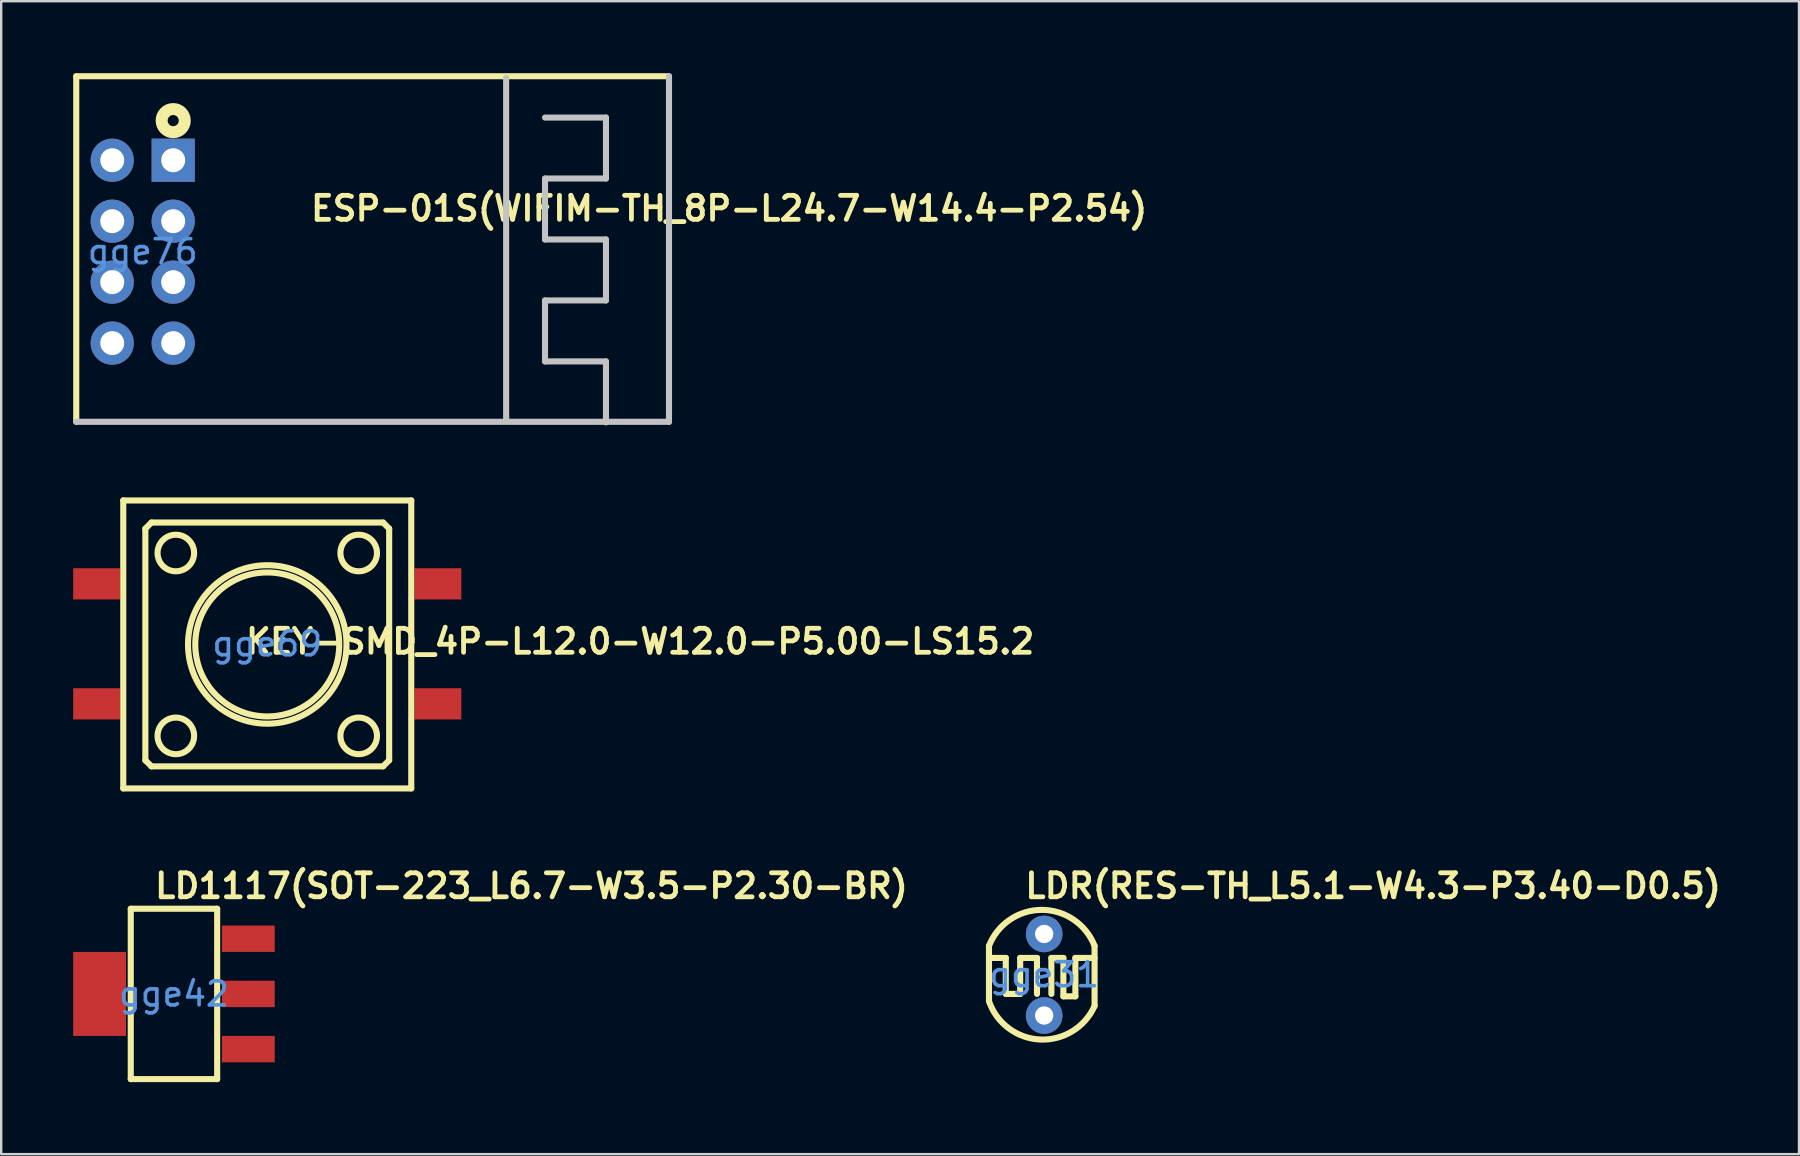
<source format=kicad_pcb>
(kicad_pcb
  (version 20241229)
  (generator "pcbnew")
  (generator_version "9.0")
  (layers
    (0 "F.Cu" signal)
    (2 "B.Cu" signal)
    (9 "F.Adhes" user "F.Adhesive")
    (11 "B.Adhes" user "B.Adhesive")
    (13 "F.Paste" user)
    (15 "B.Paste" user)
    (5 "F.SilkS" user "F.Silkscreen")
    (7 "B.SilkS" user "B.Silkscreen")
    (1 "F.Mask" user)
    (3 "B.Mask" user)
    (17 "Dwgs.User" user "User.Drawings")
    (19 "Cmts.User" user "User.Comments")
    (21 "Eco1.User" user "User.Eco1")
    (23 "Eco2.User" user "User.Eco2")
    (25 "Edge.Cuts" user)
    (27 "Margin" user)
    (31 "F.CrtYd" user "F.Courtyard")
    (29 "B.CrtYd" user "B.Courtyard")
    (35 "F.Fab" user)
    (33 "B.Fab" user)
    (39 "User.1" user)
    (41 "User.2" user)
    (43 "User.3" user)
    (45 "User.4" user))
  (footprint "ESP-01S(WIFIM-TH_8P-L24.7-W14.4-P2.54)"
    (layer "F.Cu")
    (at 2.897 7.437)
    (property "Reference" "ESP-01S(WIFIM-TH_8P-L24.7-W14.4-P2.54)" (at 6.9 -1.8 0) (layer "F.SilkS") (effects (font (size 1 1) (thickness 0.2)) (justify left)))
    (attr through_hole)
    (fp_line (start -2.77 -7.31) (end 21.93 -7.31) (stroke (width 0.254) (type solid)) (layer "F.SilkS"))
    (fp_line (start -2.77 7.09) (end -2.77 -7.31) (stroke (width 0.254) (type solid)) (layer "F.SilkS"))
    (fp_circle (center 1.27 -5.461) (end 1.502 -5.461) (stroke (width 0.5) (type solid)) (fill no) (layer "F.SilkS"))
    (fp_line (start 15.144 -7.239) (end 15.144 6.985) (stroke (width 0.254) (type solid)) (layer "Dwgs.User"))
    (fp_line (start 16.764 -5.588) (end 19.304 -5.588) (stroke (width 0.254) (type solid)) (layer "Dwgs.User"))
    (fp_line (start 16.764 -3.048) (end 16.764 -0.508) (stroke (width 0.254) (type solid)) (layer "Dwgs.User"))
    (fp_line (start 16.764 -0.508) (end 19.304 -0.508) (stroke (width 0.254) (type solid)) (layer "Dwgs.User"))
    (fp_line (start 16.764 2.032) (end 16.764 4.572) (stroke (width 0.254) (type solid)) (layer "Dwgs.User"))
    (fp_line (start 16.764 4.572) (end 19.304 4.572) (stroke (width 0.254) (type solid)) (layer "Dwgs.User"))
    (fp_line (start 19.304 -5.588) (end 19.304 -3.048) (stroke (width 0.254) (type solid)) (layer "Dwgs.User"))
    (fp_line (start 19.304 -3.048) (end 16.764 -3.048) (stroke (width 0.254) (type solid)) (layer "Dwgs.User"))
    (fp_line (start 19.304 -0.508) (end 19.304 2.032) (stroke (width 0.254) (type solid)) (layer "Dwgs.User"))
    (fp_line (start 19.304 2.032) (end 16.764 2.032) (stroke (width 0.254) (type solid)) (layer "Dwgs.User"))
    (fp_line (start 19.304 4.572) (end 19.304 7.112) (stroke (width 0.254) (type solid)) (layer "Dwgs.User"))
    (fp_line (start 21.93 -7.31) (end 21.93 7.09) (stroke (width 0.254) (type solid)) (layer "Dwgs.User"))
    (fp_line (start 21.93 7.09) (end -2.77 7.09) (stroke (width 0.254) (type solid)) (layer "Dwgs.User"))
    (fp_text user "gge76" (at 0 0 0) (layer "Cmts.User") (effects (font (size 1 1) (thickness 0.15))))
    (pad "1" thru_hole rect (at 1.27 -3.81 90) (size 1.8 1.8) (drill 1) (layers "*.Cu" "*.Paste" "*.Mask"))
    (pad "2" thru_hole circle (at 1.27 -1.27 90) (size 1.8 1.8) (drill 1) (layers "*.Cu" "*.Paste" "*.Mask"))
    (pad "3" thru_hole circle (at 1.27 1.27 90) (size 1.8 1.8) (drill 1) (layers "*.Cu" "*.Paste" "*.Mask"))
    (pad "4" thru_hole circle (at 1.27 3.81 90) (size 1.8 1.8) (drill 1) (layers "*.Cu" "*.Paste" "*.Mask"))
    (pad "5" thru_hole circle (at -1.27 -3.81 90) (size 1.8 1.8) (drill 1) (layers "*.Cu" "*.Paste" "*.Mask"))
    (pad "6" thru_hole circle (at -1.27 -1.27 90) (size 1.8 1.8) (drill 1) (layers "*.Cu" "*.Paste" "*.Mask"))
    (pad "7" thru_hole circle (at -1.27 1.27 90) (size 1.8 1.8) (drill 1) (layers "*.Cu" "*.Paste" "*.Mask"))
    (pad "8" thru_hole circle (at -1.27 3.81 90) (size 1.8 1.8) (drill 1) (layers "*.Cu" "*.Paste" "*.Mask")))
  (footprint "LD1117(SOT-223_L6.7-W3.5-P2.30-BR)"
    (layer "F.Cu")
    (at 4.199 38.367)
    (property "Reference" "LD1117(SOT-223_L6.7-W3.5-P2.30-BR)" (at -0.9 -4.5 0) (layer "F.SilkS") (effects (font (size 1 1) (thickness 0.2)) (justify left)))
    (attr smd)
    (fp_line (start -1.8 -3.55) (end 1.8 -3.55) (stroke (width 0.254) (type solid)) (layer "F.SilkS"))
    (fp_line (start -1.8 3.55) (end -1.8 -3.55) (stroke (width 0.254) (type solid)) (layer "F.SilkS"))
    (fp_line (start -1.8 3.55) (end 1.8 3.55) (stroke (width 0.254) (type solid)) (layer "F.SilkS"))
    (fp_line (start 1.8 3.55) (end 1.8 -3.55) (stroke (width 0.254) (type solid)) (layer "F.SilkS"))
    (fp_text user "gge42" (at 0 0 0) (layer "Cmts.User") (effects (font (size 1 1) (thickness 0.15))))
    (pad "1" smd rect (at 3.099 2.3 90) (size 1.1 2.2) (layers "F.Cu" "F.Mask" "F.Paste"))
    (pad "2" smd rect (at 3.099 0 90) (size 1.1 2.2) (layers "F.Cu" "F.Mask" "F.Paste"))
    (pad "3" smd rect (at 3.099 -2.3 90) (size 1.1 2.2) (layers "F.Cu" "F.Mask" "F.Paste"))
    (pad "4" smd rect (at -3.099 0 90) (size 3.5 2.2) (layers "F.Cu" "F.Mask" "F.Paste")))
  (footprint "LDR(RES-TH_L5.1-W4.3-P3.40-D0.5)"
    (layer "F.Cu")
    (at 40.461 37.567)
    (property "Reference" "LDR(RES-TH_L5.1-W4.3-P3.40-D0.5)" (at -0.9 -3.7 0) (layer "F.SilkS") (effects (font (size 1 1) (thickness 0.2)) (justify left)))
    (attr through_hole)
    (fp_line (start -2.3 -0.7) (end -1.6 -0.7) (stroke (width 0.254) (type solid)) (layer "F.SilkS"))
    (fp_line (start -2.3 1.1) (end -2.3 -1.2) (stroke (width 0.254) (type solid)) (layer "F.SilkS"))
    (fp_line (start -1.6 -0.7) (end -1.6 0.8) (stroke (width 0.254) (type solid)) (layer "F.SilkS"))
    (fp_line (start -1.6 0.8) (end -1 0.8) (stroke (width 0.254) (type solid)) (layer "F.SilkS"))
    (fp_line (start -1 -0.7) (end -0.3 -0.7) (stroke (width 0.254) (type solid)) (layer "F.SilkS"))
    (fp_line (start -1 0.8) (end -1 -0.7) (stroke (width 0.254) (type solid)) (layer "F.SilkS"))
    (fp_line (start -0.3 -0.7) (end -0.3 0.8) (stroke (width 0.254) (type solid)) (layer "F.SilkS"))
    (fp_line (start 0.3 -0.7) (end 0.8 -0.7) (stroke (width 0.254) (type solid)) (layer "F.SilkS"))
    (fp_line (start 0.3 0.8) (end 0.3 -0.7) (stroke (width 0.254) (type solid)) (layer "F.SilkS"))
    (fp_line (start 0.8 -0.7) (end 0.8 0.9) (stroke (width 0.254) (type solid)) (layer "F.SilkS"))
    (fp_line (start 0.8 0.9) (end 1.3 0.9) (stroke (width 0.254) (type solid)) (layer "F.SilkS"))
    (fp_line (start 1.3 -0.7) (end 2.1 -0.7) (stroke (width 0.254) (type solid)) (layer "F.SilkS"))
    (fp_line (start 1.3 0.9) (end 1.3 -0.7) (stroke (width 0.254) (type solid)) (layer "F.SilkS"))
    (fp_line (start 2.1 1.3) (end 2.1 -1.2) (stroke (width 0.254) (type solid)) (layer "F.SilkS"))
    (fp_arc (start -2.301 -1.2) (mid -0.100052 -2.702413) (end 2.100962 -1.200097) (stroke (width 0.254) (type solid)) (layer "F.SilkS"))
    (fp_arc (start 2.101 1.3) (mid -0.168933 2.700126) (end -2.301907 1.099072) (stroke (width 0.254) (type solid)) (layer "F.SilkS"))
    (fp_text user "gge31" (at 0 0 0) (layer "Cmts.User") (effects (font (size 1 1) (thickness 0.15))))
    (pad "1" thru_hole circle (at 0 -1.7 270) (size 1.524 1.524) (drill 0.762) (layers "*.Cu" "*.Paste" "*.Mask"))
    (pad "2" thru_hole circle (at 0 1.7 270) (size 1.524 1.524) (drill 0.762) (layers "*.Cu" "*.Paste" "*.Mask")))
  (footprint "KEY-SMD_4P-L12.0-W12.0-P5.00-LS15.2"
    (layer "F.Cu")
    (at 8.087 23.779)
    (property "Reference" "KEY-SMD_4P-L12.0-W12.0-P5.00-LS15.2" (at -1 -0.1 0) (layer "F.SilkS") (effects (font (size 1 1) (thickness 0.2)) (justify left)))
    (attr smd)
    (fp_line (start -6 -5.975) (end 6 -5.975) (stroke (width 0.254) (type solid)) (layer "F.SilkS"))
    (fp_line (start -6 6.024) (end -6 -5.976) (stroke (width 0.254) (type solid)) (layer "F.SilkS"))
    (fp_line (start -5.08 -4.801) (end -4.826 -5.055) (stroke (width 0.254) (type solid)) (layer "F.SilkS"))
    (fp_line (start -5.08 4.851) (end -5.08 -4.801) (stroke (width 0.254) (type solid)) (layer "F.SilkS"))
    (fp_line (start -4.826 -5.055) (end 4.826 -5.055) (stroke (width 0.254) (type solid)) (layer "F.SilkS"))
    (fp_line (start -4.826 5.105) (end -5.08 4.851) (stroke (width 0.254) (type solid)) (layer "F.SilkS"))
    (fp_line (start 4.826 -5.055) (end 5.08 -4.801) (stroke (width 0.254) (type solid)) (layer "F.SilkS"))
    (fp_line (start 4.826 5.105) (end -4.826 5.105) (stroke (width 0.254) (type solid)) (layer "F.SilkS"))
    (fp_line (start 5.08 -4.801) (end 5.08 4.851) (stroke (width 0.254) (type solid)) (layer "F.SilkS"))
    (fp_line (start 5.08 4.851) (end 4.826 5.105) (stroke (width 0.254) (type solid)) (layer "F.SilkS"))
    (fp_line (start 6 -5.975) (end 6 6.025) (stroke (width 0.254) (type solid)) (layer "F.SilkS"))
    (fp_line (start 6 6.025) (end -6 6.025) (stroke (width 0.254) (type solid)) (layer "F.SilkS"))
    (fp_circle (center -3.81 -3.785) (end -3.048 -3.785) (stroke (width 0.254) (type solid)) (fill no) (layer "F.SilkS"))
    (fp_circle (center -3.81 3.835) (end -3.048 3.835) (stroke (width 0.254) (type solid)) (fill no) (layer "F.SilkS"))
    (fp_circle (center 0 0.025) (end 3 0.025) (stroke (width 0.254) (type solid)) (fill no) (layer "F.SilkS"))
    (fp_circle (center 0 0.025) (end 3.302 0.025) (stroke (width 0.254) (type solid)) (fill no) (layer "F.SilkS"))
    (fp_circle (center 3.81 -3.785) (end 4.572 -3.785) (stroke (width 0.254) (type solid)) (fill no) (layer "F.SilkS"))
    (fp_circle (center 3.81 3.835) (end 4.572 3.835) (stroke (width 0.254) (type solid)) (fill no) (layer "F.SilkS"))
    (fp_text user "gge69" (at 0 0 0) (layer "Cmts.User") (effects (font (size 1 1) (thickness 0.15))))
    (pad "1" smd rect (at -7.112 -2.5) (size 1.95 1.3) (layers "F.Cu" "F.Mask" "F.Paste"))
    (pad "2" smd rect (at 7.112 -2.5) (size 1.95 1.3) (layers "F.Cu" "F.Mask" "F.Paste"))
    (pad "3" smd rect (at -7.112 2.5) (size 1.95 1.3) (layers "F.Cu" "F.Mask" "F.Paste"))
    (pad "4" smd rect (at 7.112 2.5) (size 1.95 1.3) (layers "F.Cu" "F.Mask" "F.Paste")))
  (gr_rect
    (start -3 -3)
    (end 71.914 45.044)
    (stroke (width 0.1) (type default))
    (fill no)
    (layer "Edge.Cuts")))
</source>
